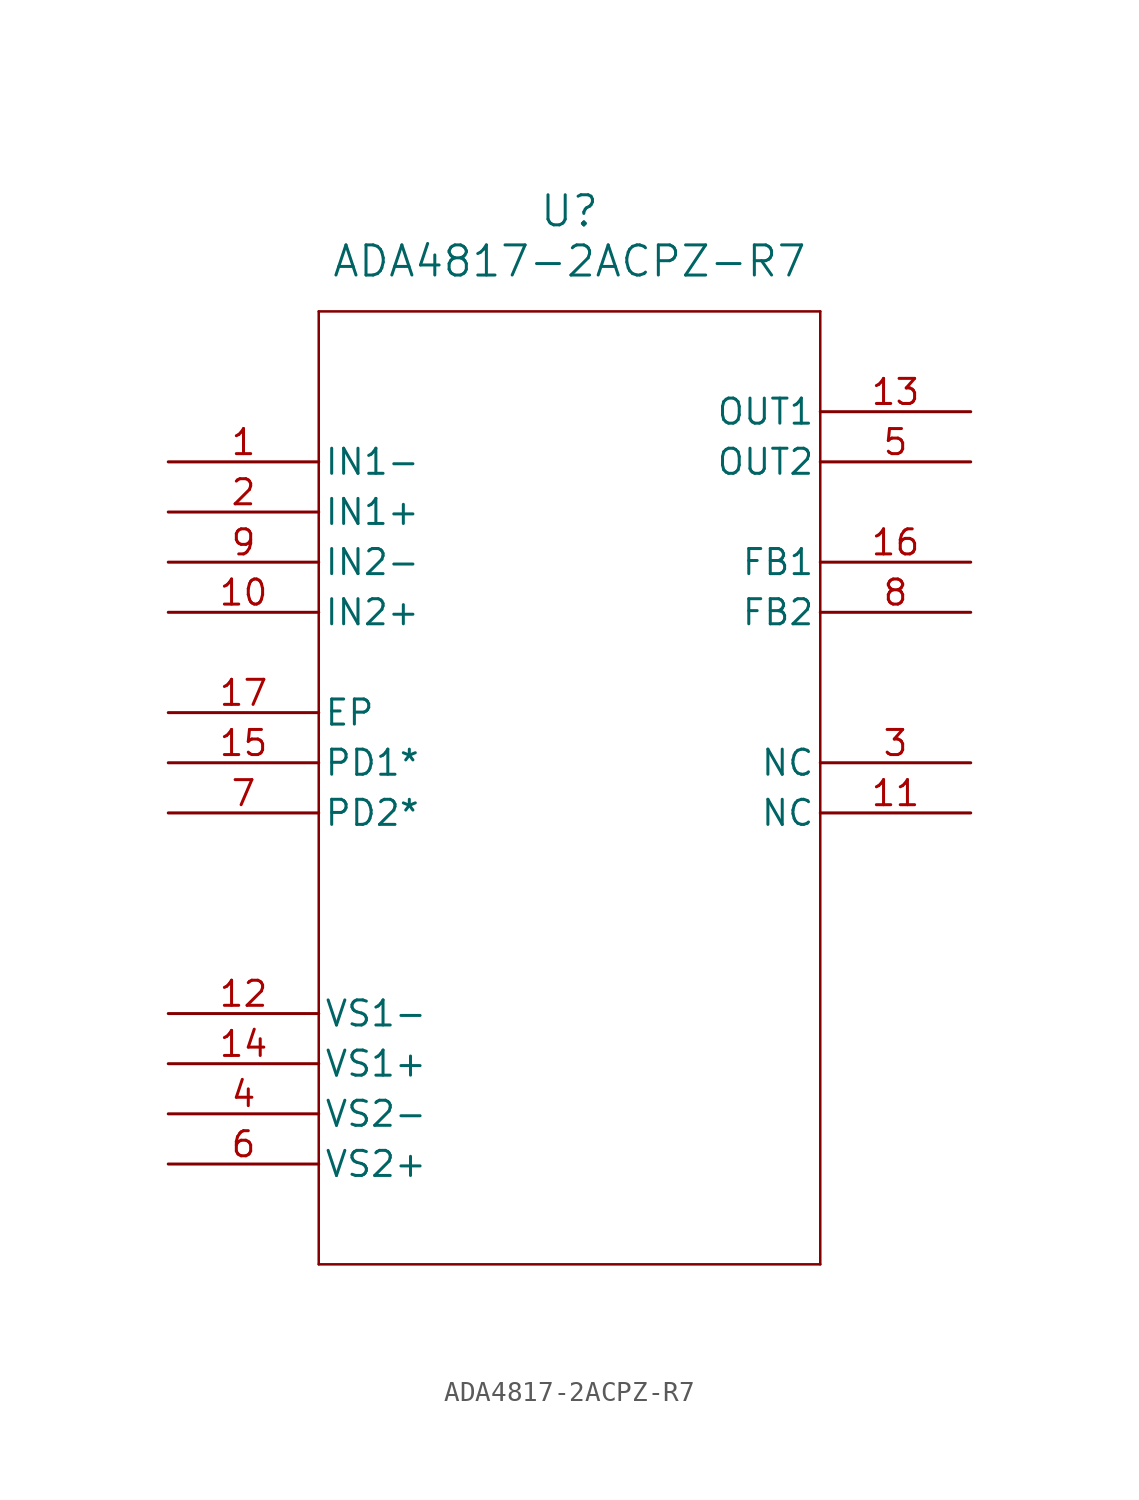
<source format=kicad_sym>
(kicad_symbol_lib
  (version 20211014)
  (generator kicad_symbol_editor)
  (symbol "ADA4817-2ACPZ-R7"
    (pin_names
      (offset 0.254))
    (property "Reference" "U"
      (at 20.32 12.7 0)
      (effects (font (size 1.524 1.524))))
    (property "Value" "ADA4817-2ACPZ-R7"
      (at 20.32 10.16 0)
      (effects (font (size 1.524 1.524))))
    (symbol "ADA4817-2ACPZ-R7_0_1"
      (polyline (pts (xy 7.62 7.62) (xy 7.62 -40.64)) (stroke (width 0.127) (type default) (color 0 0 0 0)) (fill (type none)))
      (polyline (pts (xy 7.62 -40.64) (xy 33.02 -40.64)) (stroke (width 0.127) (type default) (color 0 0 0 0)) (fill (type none)))
      (polyline (pts (xy 33.02 -40.64) (xy 33.02 7.62)) (stroke (width 0.127) (type default) (color 0 0 0 0)) (fill (type none)))
      (polyline (pts (xy 33.02 7.62) (xy 7.62 7.62)) (stroke (width 0.127) (type default) (color 0 0 0 0)) (fill (type none)))
      (pin unspecified line (at 0 0 0) (length 7.62) (name "IN1-" (effects (font (size 1.27 1.27)))) (number "1" (effects (font (size 1.27 1.27)))))
      (pin unspecified line (at 0 -2.54 0) (length 7.62) (name "IN1+" (effects (font (size 1.27 1.27)))) (number "2" (effects (font (size 1.27 1.27)))))
      (pin unspecified line (at 40.64 -15.24 180) (length 7.62) (name "NC" (effects (font (size 1.27 1.27)))) (number "3" (effects (font (size 1.27 1.27)))))
      (pin power_in line (at 0 -33.02 0) (length 7.62) (name "VS2-" (effects (font (size 1.27 1.27)))) (number "4" (effects (font (size 1.27 1.27)))))
      (pin unspecified line (at 40.64 0 180) (length 7.62) (name "OUT2" (effects (font (size 1.27 1.27)))) (number "5" (effects (font (size 1.27 1.27)))))
      (pin power_in line (at 0 -35.56 0) (length 7.62) (name "VS2+" (effects (font (size 1.27 1.27)))) (number "6" (effects (font (size 1.27 1.27)))))
      (pin unspecified line (at 0 -17.78 0) (length 7.62) (name "PD2*" (effects (font (size 1.27 1.27)))) (number "7" (effects (font (size 1.27 1.27)))))
      (pin unspecified line (at 40.64 -7.62 180) (length 7.62) (name "FB2" (effects (font (size 1.27 1.27)))) (number "8" (effects (font (size 1.27 1.27)))))
      (pin unspecified line (at 0 -5.08 0) (length 7.62) (name "IN2-" (effects (font (size 1.27 1.27)))) (number "9" (effects (font (size 1.27 1.27)))))
      (pin unspecified line (at 0 -7.62 0) (length 7.62) (name "IN2+" (effects (font (size 1.27 1.27)))) (number "10" (effects (font (size 1.27 1.27)))))
      (pin unspecified line (at 40.64 -17.78 180) (length 7.62) (name "NC" (effects (font (size 1.27 1.27)))) (number "11" (effects (font (size 1.27 1.27)))))
      (pin power_in line (at 0 -27.94 0) (length 7.62) (name "VS1-" (effects (font (size 1.27 1.27)))) (number "12" (effects (font (size 1.27 1.27)))))
      (pin unspecified line (at 40.64 2.54 180) (length 7.62) (name "OUT1" (effects (font (size 1.27 1.27)))) (number "13" (effects (font (size 1.27 1.27)))))
      (pin power_in line (at 0 -30.48 0) (length 7.62) (name "VS1+" (effects (font (size 1.27 1.27)))) (number "14" (effects (font (size 1.27 1.27)))))
      (pin power_in line (at 0 -15.24 0) (length 7.62) (name "PD1*" (effects (font (size 1.27 1.27)))) (number "15" (effects (font (size 1.27 1.27)))))
      (pin unspecified line (at 40.64 -5.08 180) (length 7.62) (name "FB1" (effects (font (size 1.27 1.27)))) (number "16" (effects (font (size 1.27 1.27)))))
      (pin unspecified line (at 0 -12.7 0) (length 7.62) (name "EP" (effects (font (size 1.27 1.27)))) (number "17" (effects (font (size 1.27 1.27))))))))
</source>
